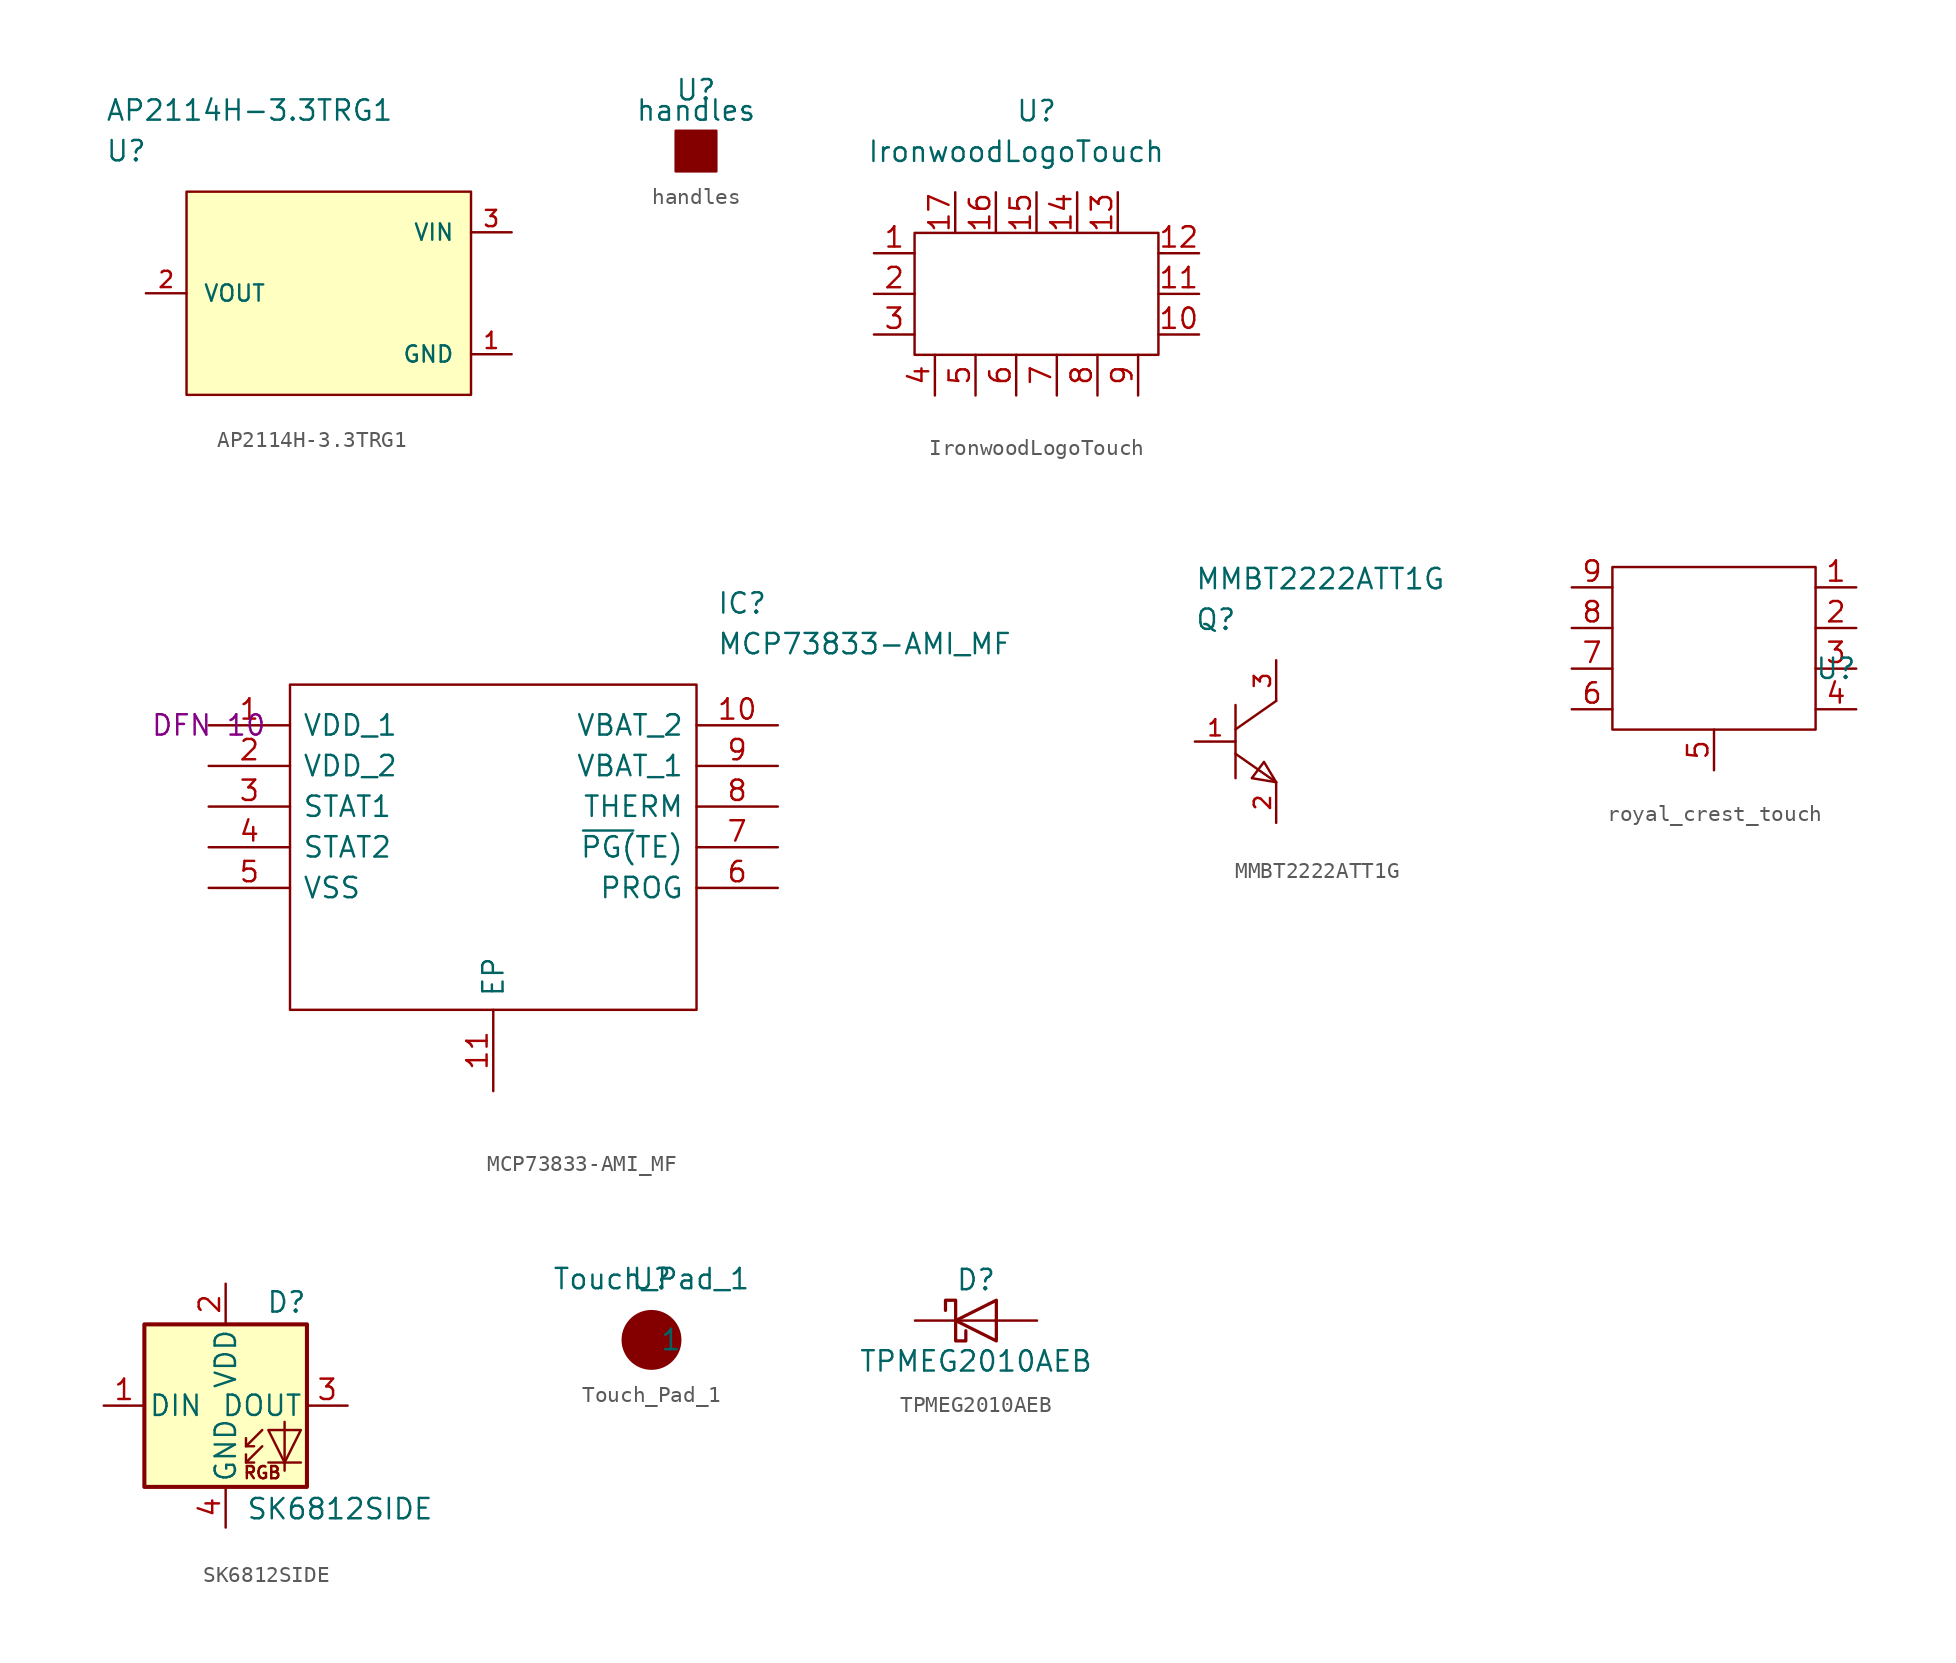
<source format=kicad_sym>
(kicad_symbol_lib
  (version 20220914)
  (generator kicad_symbol_editor)
  (symbol "AP2114H-3.3TRG1"
    (pin_names
      (offset 1.016))
    (property "Reference" "U"
      (at 0 5.08 0)
      (effects (font (size 1.27 1.27)) (justify left)))
    (property "Value" "AP2114H-3.3TRG1"
      (at 0 7.62 0)
      (effects (font (size 1.27 1.27)) (justify left)))
    (symbol "AP2114H-3.3TRG1_1_1"
      (rectangle (start 5.08 2.54) (end 22.86 -10.16) (stroke (width 0) (type default)) (fill (type background)))
      (pin power_in line (at 25.4 -7.62 180) (length 2.54) (name "GND" (effects (font (size 1.016 1.016)))) (number "1" (effects (font (size 1.016 1.016)))))
      (pin power_out line (at 2.54 -3.81 0) (length 2.54) (name "VOUT" (effects (font (size 1.016 1.016)))) (number "2" (effects (font (size 1.016 1.016)))))
      (pin power_in line (at 25.4 0 180) (length 2.54) (name "VIN" (effects (font (size 1.016 1.016)))) (number "3" (effects (font (size 1.016 1.016)))))))
  (symbol "handles"
    (property "Reference" "U"
      (at 0 1.27 0)
      (effects (font (size 1.27 1.27))))
    (property "Value" "handles"
      (at 0 0 0)
      (effects (font (size 1.27 1.27))))
    (symbol "handles_0_0"
      (rectangle (start -1.27 -1.27) (end 1.27 -3.81) (stroke (width 0) (type default)) (fill (type outline)))))
  (symbol "IronwoodLogoTouch"
    (property "Reference" "U"
      (at 2.54 5.08 0)
      (effects (font (size 1.27 1.27))))
    (property "Value" "IronwoodLogoTouch"
      (at 1.27 2.54 0)
      (effects (font (size 1.27 1.27))))
    (symbol "IronwoodLogoTouch_0_1"
      (rectangle (start -5.08 -2.54) (end 10.16 -10.16) (stroke (width 0) (type default)) (fill (type none))))
    (symbol "IronwoodLogoTouch_1_1"
      (pin input line (at -7.62 -3.81 0) (length 2.54) (name "" (effects (font (size 1.27 1.27)))) (number "1" (effects (font (size 1.27 1.27)))))
      (pin input line (at 12.7 -8.89 180) (length 2.54) (name "" (effects (font (size 1.27 1.27)))) (number "10" (effects (font (size 1.27 1.27)))))
      (pin input line (at 12.7 -6.35 180) (length 2.54) (name "" (effects (font (size 1.27 1.27)))) (number "11" (effects (font (size 1.27 1.27)))))
      (pin input line (at 12.7 -3.81 180) (length 2.54) (name "" (effects (font (size 1.27 1.27)))) (number "12" (effects (font (size 1.27 1.27)))))
      (pin input line (at 7.62 0 270) (length 2.54) (name "" (effects (font (size 1.27 1.27)))) (number "13" (effects (font (size 1.27 1.27)))))
      (pin input line (at 5.08 0 270) (length 2.54) (name "" (effects (font (size 1.27 1.27)))) (number "14" (effects (font (size 1.27 1.27)))))
      (pin input line (at 2.54 0 270) (length 2.54) (name "" (effects (font (size 1.27 1.27)))) (number "15" (effects (font (size 1.27 1.27)))))
      (pin input line (at 0 0 270) (length 2.54) (name "" (effects (font (size 1.27 1.27)))) (number "16" (effects (font (size 1.27 1.27)))))
      (pin input line (at -2.54 0 270) (length 2.54) (name "" (effects (font (size 1.27 1.27)))) (number "17" (effects (font (size 1.27 1.27)))))
      (pin input line (at -7.62 -6.35 0) (length 2.54) (name "" (effects (font (size 1.27 1.27)))) (number "2" (effects (font (size 1.27 1.27)))))
      (pin input line (at -7.62 -8.89 0) (length 2.54) (name "" (effects (font (size 1.27 1.27)))) (number "3" (effects (font (size 1.27 1.27)))))
      (pin input line (at -3.81 -12.7 90) (length 2.54) (name "" (effects (font (size 1.27 1.27)))) (number "4" (effects (font (size 1.27 1.27)))))
      (pin input line (at -1.27 -12.7 90) (length 2.54) (name "" (effects (font (size 1.27 1.27)))) (number "5" (effects (font (size 1.27 1.27)))))
      (pin input line (at 1.27 -12.7 90) (length 2.54) (name "" (effects (font (size 1.27 1.27)))) (number "6" (effects (font (size 1.27 1.27)))))
      (pin input line (at 3.81 -12.7 90) (length 2.54) (name "" (effects (font (size 1.27 1.27)))) (number "7" (effects (font (size 1.27 1.27)))))
      (pin input line (at 6.35 -12.7 90) (length 2.54) (name "" (effects (font (size 1.27 1.27)))) (number "8" (effects (font (size 1.27 1.27)))))
      (pin input line (at 8.89 -12.7 90) (length 2.54) (name "" (effects (font (size 1.27 1.27)))) (number "9" (effects (font (size 1.27 1.27)))))))
  (symbol "MCP73833-AMI_MF"
    (pin_names
      (offset 0.762))
    (property "Reference" "IC"
      (at 31.75 7.62 0)
      (effects (font (size 1.27 1.27)) (justify left)))
    (property "Value" "MCP73833-AMI_MF"
      (at 31.75 5.08 0)
      (effects (font (size 1.27 1.27)) (justify left)))
    (property "Package" "DFN 10"
      (at 0 0 0)
      (effects (font (size 1.27 1.27))))
    (symbol "MCP73833-AMI_MF_0_0"
      (pin power_in line (at 0 0 0) (length 5.08) (name "VDD_1" (effects (font (size 1.27 1.27)))) (number "1" (effects (font (size 1.27 1.27)))))
      (pin passive line (at 35.56 0 180) (length 5.08) (name "VBAT_2" (effects (font (size 1.27 1.27)))) (number "10" (effects (font (size 1.27 1.27)))))
      (pin power_in line (at 17.78 -22.86 90) (length 5.08) (name "EP" (effects (font (size 1.27 1.27)))) (number "11" (effects (font (size 1.27 1.27)))))
      (pin power_in line (at 0 -2.54 0) (length 5.08) (name "VDD_2" (effects (font (size 1.27 1.27)))) (number "2" (effects (font (size 1.27 1.27)))))
      (pin output line (at 0 -5.08 0) (length 5.08) (name "STAT1" (effects (font (size 1.27 1.27)))) (number "3" (effects (font (size 1.27 1.27)))))
      (pin output line (at 0 -7.62 0) (length 5.08) (name "STAT2" (effects (font (size 1.27 1.27)))) (number "4" (effects (font (size 1.27 1.27)))))
      (pin power_in line (at 0 -10.16 0) (length 5.08) (name "VSS" (effects (font (size 1.27 1.27)))) (number "5" (effects (font (size 1.27 1.27)))))
      (pin input line (at 35.56 -10.16 180) (length 5.08) (name "PROG" (effects (font (size 1.27 1.27)))) (number "6" (effects (font (size 1.27 1.27)))))
      (pin output line (at 35.56 -7.62 180) (length 5.08) (name "~{PG(}TE)" (effects (font (size 1.27 1.27)))) (number "7" (effects (font (size 1.27 1.27)))))
      (pin input line (at 35.56 -5.08 180) (length 5.08) (name "THERM" (effects (font (size 1.27 1.27)))) (number "8" (effects (font (size 1.27 1.27)))))
      (pin power_out line (at 35.56 -2.54 180) (length 5.08) (name "VBAT_1" (effects (font (size 1.27 1.27)))) (number "9" (effects (font (size 1.27 1.27))))))
    (symbol "MCP73833-AMI_MF_0_1"
      (polyline (pts (xy 5.08 2.54) (xy 30.48 2.54) (xy 30.48 -17.78) (xy 5.08 -17.78) (xy 5.08 2.54)) (stroke (width 0.152) (type default)) (fill (type none)))))
  (symbol "MMBT2222ATT1G"
    (pin_names
      (offset 1.016))
    (property "Reference" "Q"
      (at 0 7.62 0)
      (effects (font (size 1.27 1.27)) (justify left)))
    (property "Value" "MMBT2222ATT1G"
      (at 0 10.16 0)
      (effects (font (size 1.27 1.27)) (justify left)))
    (symbol "MMBT2222ATT1G_1_1"
      (polyline (pts (xy 2.54 -0.762) (xy 5.08 -2.54)) (stroke (width 0) (type default)) (fill (type none)))
      (polyline (pts (xy 2.54 2.286) (xy 2.54 -2.286)) (stroke (width 0) (type default)) (fill (type none)))
      (polyline (pts (xy 5.08 2.54) (xy 2.54 0.762)) (stroke (width 0) (type default)) (fill (type none)))
      (polyline (pts (xy 4.318 -1.27) (xy 3.556 -2.286) (xy 5.08 -2.54) (xy 4.318 -1.27)) (stroke (width 0) (type default)) (fill (type none)))
      (pin passive line (at 0 0 0) (length 2.54) (name "B" (effects (font (size 0 0)))) (number "1" (effects (font (size 1.016 1.016)))))
      (pin passive line (at 5.08 -5.08 90) (length 2.54) (name "E" (effects (font (size 0 0)))) (number "2" (effects (font (size 1.016 1.016)))))
      (pin passive line (at 5.08 5.08 270) (length 2.54) (name "C" (effects (font (size 0 0)))) (number "3" (effects (font (size 1.016 1.016)))))))
  (symbol "royal_crest_touch"
    (property "Reference" "U"
      (at 0 0 0)
      (effects (font (size 1.27 1.27))))
    (property "Value" ""
      (at 0 0 0)
      (effects (font (size 1.27 1.27))))
    (symbol "royal_crest_touch_0_1"
      (rectangle (start -13.97 6.35) (end -1.27 -3.81) (stroke (width 0) (type default)) (fill (type none))))
    (symbol "royal_crest_touch_1_1"
      (pin input line (at 1.27 5.08 180) (length 2.54) (name "" (effects (font (size 1.27 1.27)))) (number "1" (effects (font (size 1.27 1.27)))))
      (pin input line (at 1.27 2.54 180) (length 2.54) (name "" (effects (font (size 1.27 1.27)))) (number "2" (effects (font (size 1.27 1.27)))))
      (pin input line (at 1.27 0 180) (length 2.54) (name "" (effects (font (size 1.27 1.27)))) (number "3" (effects (font (size 1.27 1.27)))))
      (pin input line (at 1.27 -2.54 180) (length 2.54) (name "" (effects (font (size 1.27 1.27)))) (number "4" (effects (font (size 1.27 1.27)))))
      (pin input line (at -7.62 -6.35 90) (length 2.54) (name "" (effects (font (size 1.27 1.27)))) (number "5" (effects (font (size 1.27 1.27)))))
      (pin input line (at -16.51 -2.54 0) (length 2.54) (name "" (effects (font (size 1.27 1.27)))) (number "6" (effects (font (size 1.27 1.27)))))
      (pin input line (at -16.51 0 0) (length 2.54) (name "" (effects (font (size 1.27 1.27)))) (number "7" (effects (font (size 1.27 1.27)))))
      (pin input line (at -16.51 2.54 0) (length 2.54) (name "" (effects (font (size 1.27 1.27)))) (number "8" (effects (font (size 1.27 1.27)))))
      (pin input line (at -16.51 5.08 0) (length 2.54) (name "" (effects (font (size 1.27 1.27)))) (number "9" (effects (font (size 1.27 1.27)))))))
  (symbol "SK6812SIDE"
    (pin_names
      (offset 0.254))
    (property "Reference" "D"
      (at 5.08 5.715 0)
      (effects (font (size 1.27 1.27)) (justify right bottom)))
    (property "Value" "SK6812SIDE"
      (at 1.27 -5.715 0)
      (effects (font (size 1.27 1.27)) (justify left top)))
    (symbol "SK6812SIDE_0_0"
      (text "RGB" (at 2.286 -4.191 0) (effects (font (size 0.762 0.762))))
      (pin input line (at -7.62 0 0) (length 2.54) (name "DIN" (effects (font (size 1.27 1.27)))) (number "1" (effects (font (size 1.27 1.27)))))
      (pin power_in line (at 0 7.62 270) (length 2.54) (name "VDD" (effects (font (size 1.27 1.27)))) (number "2" (effects (font (size 1.27 1.27)))))
      (pin output line (at 7.62 0 180) (length 2.54) (name "DOUT" (effects (font (size 1.27 1.27)))) (number "3" (effects (font (size 1.27 1.27)))))
      (pin power_in line (at 0 -7.62 90) (length 2.54) (name "GND" (effects (font (size 1.27 1.27)))) (number "4" (effects (font (size 1.27 1.27))))))
    (symbol "SK6812SIDE_0_1"
      (polyline (pts (xy 1.27 -3.556) (xy 1.778 -3.556)) (stroke (width 0) (type default)) (fill (type none)))
      (polyline (pts (xy 1.27 -2.54) (xy 1.778 -2.54)) (stroke (width 0) (type default)) (fill (type none)))
      (polyline (pts (xy 4.699 -3.556) (xy 2.667 -3.556)) (stroke (width 0) (type default)) (fill (type none)))
      (polyline (pts (xy 2.286 -2.54) (xy 1.27 -3.556) (xy 1.27 -3.048)) (stroke (width 0) (type default)) (fill (type none)))
      (polyline (pts (xy 2.286 -1.524) (xy 1.27 -2.54) (xy 1.27 -2.032)) (stroke (width 0) (type default)) (fill (type none)))
      (polyline (pts (xy 3.683 -1.016) (xy 3.683 -3.556) (xy 3.683 -4.064)) (stroke (width 0) (type default)) (fill (type none)))
      (polyline (pts (xy 4.699 -1.524) (xy 2.667 -1.524) (xy 3.683 -3.556) (xy 4.699 -1.524)) (stroke (width 0) (type default)) (fill (type none)))
      (rectangle (start 5.08 5.08) (end -5.08 -5.08) (stroke (width 0.254) (type default)) (fill (type background)))))
  (symbol "Touch_Pad_1"
    (property "Reference" "U"
      (at 0 0 0)
      (effects (font (size 1.27 1.27))))
    (property "Value" "Touch_Pad_1"
      (at 0 0 0)
      (effects (font (size 1.27 1.27))))
    (symbol "Touch_Pad_1_0_1"
      (circle (center 0 -3.81) (radius 1.796) (stroke (width 0) (type default)) (fill (type outline))))
    (symbol "Touch_Pad_1_1_1"
      (pin input line (at 0 -3.81 0) (length 0) (name "1" (effects (font (size 1.27 1.27)))) (number "" (effects (font (size 1.27 1.27)))))))
  (symbol "TPMEG2010AEB"
    (pin_numbers hide)
    (pin_names hide)
    (property "Reference" "D"
      (at 0 2.54 0)
      (effects (font (size 1.27 1.27))))
    (property "Value" "TPMEG2010AEB"
      (at 0 -2.54 0)
      (effects (font (size 1.27 1.27))))
    (symbol "TPMEG2010AEB_0_1"
      (polyline (pts (xy 1.27 0) (xy -1.27 0)) (stroke (width 0) (type default)) (fill (type none)))
      (polyline (pts (xy 1.27 1.27) (xy 1.27 -1.27) (xy -1.27 0) (xy 1.27 1.27)) (stroke (width 0.203) (type default)) (fill (type none)))
      (polyline (pts (xy -1.905 0.635) (xy -1.905 1.27) (xy -1.27 1.27) (xy -1.27 -1.27) (xy -0.635 -1.27) (xy -0.635 -0.635)) (stroke (width 0.203) (type default)) (fill (type none))))
    (symbol "TPMEG2010AEB_1_1"
      (pin passive line (at -3.81 0 0) (length 2.54) (name "K" (effects (font (size 1.27 1.27)))) (number "1" (effects (font (size 1.27 1.27)))))
      (pin passive line (at 3.81 0 180) (length 2.54) (name "A" (effects (font (size 1.27 1.27)))) (number "2" (effects (font (size 1.27 1.27))))))))
</source>
